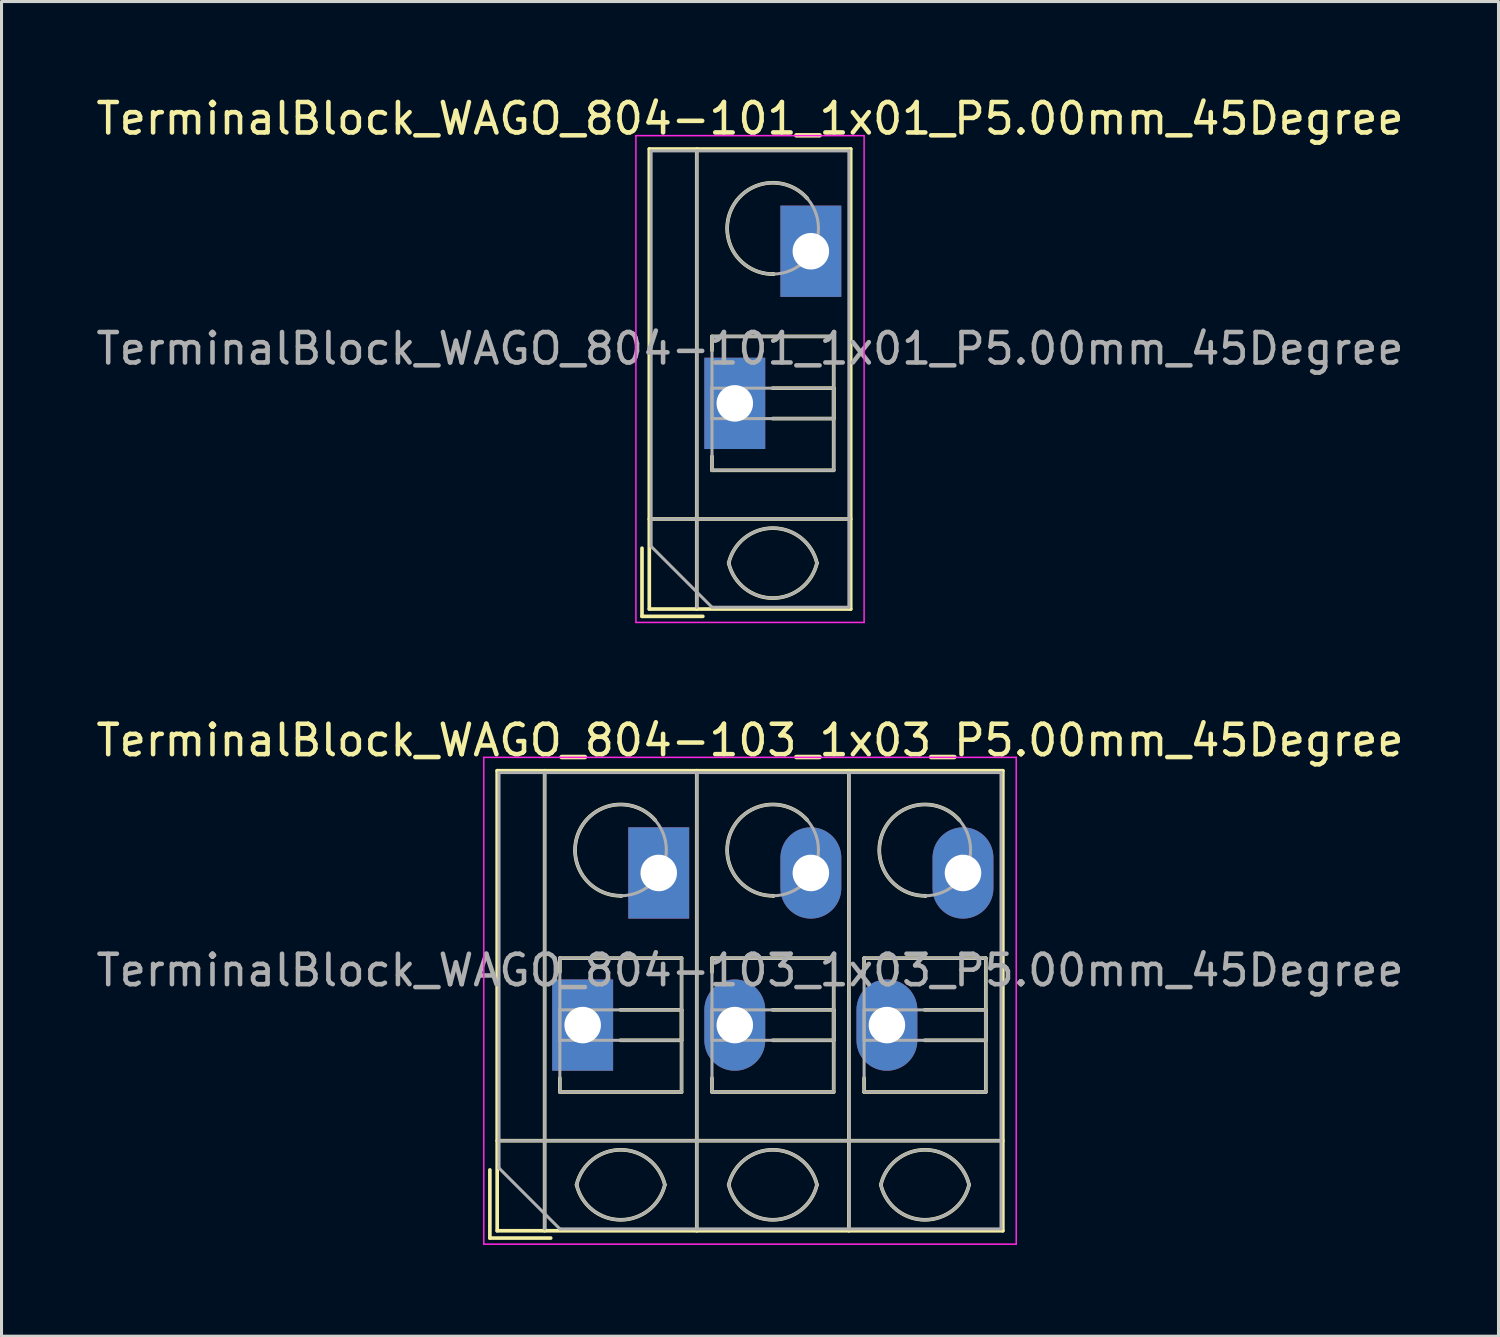
<source format=kicad_pcb>
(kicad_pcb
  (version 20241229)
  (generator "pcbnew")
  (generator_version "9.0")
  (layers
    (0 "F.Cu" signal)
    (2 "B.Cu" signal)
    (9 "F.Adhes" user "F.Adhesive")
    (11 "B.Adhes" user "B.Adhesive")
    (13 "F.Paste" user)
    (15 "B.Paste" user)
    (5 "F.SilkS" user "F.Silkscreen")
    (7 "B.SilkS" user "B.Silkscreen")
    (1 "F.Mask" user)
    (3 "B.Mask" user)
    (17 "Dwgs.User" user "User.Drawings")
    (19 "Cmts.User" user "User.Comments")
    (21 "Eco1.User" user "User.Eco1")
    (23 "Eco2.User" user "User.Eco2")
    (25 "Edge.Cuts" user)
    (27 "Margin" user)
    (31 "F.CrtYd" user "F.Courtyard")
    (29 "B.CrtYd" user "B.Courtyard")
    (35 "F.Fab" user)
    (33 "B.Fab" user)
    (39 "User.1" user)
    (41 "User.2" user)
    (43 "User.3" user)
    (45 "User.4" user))
  (footprint "TerminalBlock_WAGO_804-103_1x03_P5.00mm_45Degree"
    (layer "F.Cu")
    (at 16.101 30.642)
    (property "Reference" "TerminalBlock_WAGO_804-103_1x03_P5.00mm_45Degree" (at 5.5 -9.36 0) (layer "F.SilkS") (effects (font (size 1 1) (thickness 0.15))))
    (attr through_hole)
    (fp_line (start -3.05 4.76) (end -3.05 7) (stroke (width 0.12) (type solid)) (layer "F.SilkS"))
    (fp_line (start -3.05 7) (end -1.05 7) (stroke (width 0.12) (type solid)) (layer "F.SilkS"))
    (fp_line (start -2.81 -8.361) (end -2.81 6.76) (stroke (width 0.12) (type solid)) (layer "F.SilkS"))
    (fp_line (start -2.81 -8.361) (end 13.81 -8.361) (stroke (width 0.12) (type solid)) (layer "F.SilkS"))
    (fp_line (start -2.81 3.8) (end 13.81 3.8) (stroke (width 0.12) (type solid)) (layer "F.SilkS"))
    (fp_line (start -2.81 6.76) (end 13.81 6.76) (stroke (width 0.12) (type solid)) (layer "F.SilkS"))
    (fp_line (start -1.25 -8.361) (end -1.25 6.76) (stroke (width 0.12) (type solid)) (layer "F.SilkS"))
    (fp_line (start -0.75 -2.2) (end -0.75 -1.74) (stroke (width 0.12) (type solid)) (layer "F.SilkS"))
    (fp_line (start -0.75 -2.2) (end 3.25 -2.2) (stroke (width 0.12) (type solid)) (layer "F.SilkS"))
    (fp_line (start -0.75 1.74) (end -0.75 2.2) (stroke (width 0.12) (type solid)) (layer "F.SilkS"))
    (fp_line (start -0.75 2.2) (end 3.25 2.2) (stroke (width 0.12) (type solid)) (layer "F.SilkS"))
    (fp_line (start 1.24 -0.5) (end 3.25 -0.5) (stroke (width 0.12) (type solid)) (layer "F.SilkS"))
    (fp_line (start 1.24 0.5) (end 3.25 0.5) (stroke (width 0.12) (type solid)) (layer "F.SilkS"))
    (fp_line (start 3.25 -2.2) (end 3.25 2.2) (stroke (width 0.12) (type solid)) (layer "F.SilkS"))
    (fp_line (start 3.25 -0.5) (end 3.25 0.5) (stroke (width 0.12) (type solid)) (layer "F.SilkS"))
    (fp_line (start 3.75 -8.361) (end 3.75 6.76) (stroke (width 0.12) (type solid)) (layer "F.SilkS"))
    (fp_line (start 4.25 -2.2) (end 4.25 -1.74) (stroke (width 0.12) (type solid)) (layer "F.SilkS"))
    (fp_line (start 4.25 -2.2) (end 8.25 -2.2) (stroke (width 0.12) (type solid)) (layer "F.SilkS"))
    (fp_line (start 4.25 1.74) (end 4.25 2.2) (stroke (width 0.12) (type solid)) (layer "F.SilkS"))
    (fp_line (start 4.25 2.2) (end 8.25 2.2) (stroke (width 0.12) (type solid)) (layer "F.SilkS"))
    (fp_line (start 6.24 -0.5) (end 8.25 -0.5) (stroke (width 0.12) (type solid)) (layer "F.SilkS"))
    (fp_line (start 6.24 0.5) (end 8.25 0.5) (stroke (width 0.12) (type solid)) (layer "F.SilkS"))
    (fp_line (start 8.25 -2.2) (end 8.25 2.2) (stroke (width 0.12) (type solid)) (layer "F.SilkS"))
    (fp_line (start 8.25 -0.5) (end 8.25 0.5) (stroke (width 0.12) (type solid)) (layer "F.SilkS"))
    (fp_line (start 8.75 -8.361) (end 8.75 6.76) (stroke (width 0.12) (type solid)) (layer "F.SilkS"))
    (fp_line (start 9.25 -2.2) (end 9.25 -1.74) (stroke (width 0.12) (type solid)) (layer "F.SilkS"))
    (fp_line (start 9.25 -2.2) (end 13.25 -2.2) (stroke (width 0.12) (type solid)) (layer "F.SilkS"))
    (fp_line (start 9.25 1.74) (end 9.25 2.2) (stroke (width 0.12) (type solid)) (layer "F.SilkS"))
    (fp_line (start 9.25 2.2) (end 13.25 2.2) (stroke (width 0.12) (type solid)) (layer "F.SilkS"))
    (fp_line (start 11.24 -0.5) (end 13.25 -0.5) (stroke (width 0.12) (type solid)) (layer "F.SilkS"))
    (fp_line (start 11.24 0.5) (end 13.25 0.5) (stroke (width 0.12) (type solid)) (layer "F.SilkS"))
    (fp_line (start 13.25 -2.2) (end 13.25 2.2) (stroke (width 0.12) (type solid)) (layer "F.SilkS"))
    (fp_line (start 13.25 -0.5) (end 13.25 0.5) (stroke (width 0.12) (type solid)) (layer "F.SilkS"))
    (fp_line (start 13.81 -8.361) (end 13.81 6.76) (stroke (width 0.12) (type solid)) (layer "F.SilkS"))
    (fp_arc (start -0.200865 5.250424) (mid 1.250296 4.099926) (end 2.701 5.251) (stroke (width 0.12) (type solid)) (layer "F.SilkS"))
    (fp_arc (start 1.276179 -4.250228) (mid 1.26309 -4.250057) (end 1.25 -4.25) (stroke (width 0.12) (type solid)) (layer "F.SilkS"))
    (fp_arc (start 1.276275 -4.248926) (mid -0.121539 -6.360568) (end 2.383 -6.735) (stroke (width 0.12) (type solid)) (layer "F.SilkS"))
    (fp_arc (start 2.7 5.25) (mid 1.250068 6.400101) (end -0.199969 5.250133) (stroke (width 0.12) (type solid)) (layer "F.SilkS"))
    (fp_arc (start 4.799135 5.250424) (mid 6.250296 4.099926) (end 7.701 5.251) (stroke (width 0.12) (type solid)) (layer "F.SilkS"))
    (fp_arc (start 6.276179 -4.250228) (mid 6.26309 -4.250057) (end 6.25 -4.25) (stroke (width 0.12) (type solid)) (layer "F.SilkS"))
    (fp_arc (start 6.276275 -4.248926) (mid 4.878461 -6.360568) (end 7.383 -6.735) (stroke (width 0.12) (type solid)) (layer "F.SilkS"))
    (fp_arc (start 7.7 5.25) (mid 6.250068 6.400101) (end 4.800031 5.250133) (stroke (width 0.12) (type solid)) (layer "F.SilkS"))
    (fp_arc (start 9.799135 5.250424) (mid 11.250296 4.099926) (end 12.701 5.251) (stroke (width 0.12) (type solid)) (layer "F.SilkS"))
    (fp_arc (start 11.276179 -4.250228) (mid 11.26309 -4.250057) (end 11.25 -4.25) (stroke (width 0.12) (type solid)) (layer "F.SilkS"))
    (fp_arc (start 11.276275 -4.248926) (mid 9.878461 -6.360568) (end 12.383 -6.735) (stroke (width 0.12) (type solid)) (layer "F.SilkS"))
    (fp_arc (start 12.7 5.25) (mid 11.250068 6.400101) (end 9.800031 5.250133) (stroke (width 0.12) (type solid)) (layer "F.SilkS"))
    (fp_line (start -3.25 -8.8) (end -3.25 7.2) (stroke (width 0.05) (type solid)) (layer "F.CrtYd"))
    (fp_line (start -3.25 7.2) (end 14.25 7.2) (stroke (width 0.05) (type solid)) (layer "F.CrtYd"))
    (fp_line (start 14.25 -8.8) (end -3.25 -8.8) (stroke (width 0.05) (type solid)) (layer "F.CrtYd"))
    (fp_line (start 14.25 7.2) (end 14.25 -8.8) (stroke (width 0.05) (type solid)) (layer "F.CrtYd"))
    (fp_line (start -2.75 -8.3) (end 13.75 -8.3) (stroke (width 0.1) (type solid)) (layer "F.Fab"))
    (fp_line (start -2.75 3.8) (end 13.75 3.8) (stroke (width 0.1) (type solid)) (layer "F.Fab"))
    (fp_line (start -2.75 4.7) (end -2.75 -8.3) (stroke (width 0.1) (type solid)) (layer "F.Fab"))
    (fp_line (start -1.25 -8.3) (end -1.25 6.7) (stroke (width 0.1) (type solid)) (layer "F.Fab"))
    (fp_line (start -0.75 -2.2) (end -0.75 2.2) (stroke (width 0.1) (type solid)) (layer "F.Fab"))
    (fp_line (start -0.75 -0.5) (end -0.75 0.5) (stroke (width 0.1) (type solid)) (layer "F.Fab"))
    (fp_line (start -0.75 0.5) (end 3.25 0.5) (stroke (width 0.1) (type solid)) (layer "F.Fab"))
    (fp_line (start -0.75 2.2) (end 3.25 2.2) (stroke (width 0.1) (type solid)) (layer "F.Fab"))
    (fp_line (start -0.75 6.7) (end -2.75 4.7) (stroke (width 0.1) (type solid)) (layer "F.Fab"))
    (fp_line (start 3.25 -2.2) (end -0.75 -2.2) (stroke (width 0.1) (type solid)) (layer "F.Fab"))
    (fp_line (start 3.25 -0.5) (end -0.75 -0.5) (stroke (width 0.1) (type solid)) (layer "F.Fab"))
    (fp_line (start 3.25 0.5) (end 3.25 -0.5) (stroke (width 0.1) (type solid)) (layer "F.Fab"))
    (fp_line (start 3.25 2.2) (end 3.25 -2.2) (stroke (width 0.1) (type solid)) (layer "F.Fab"))
    (fp_line (start 3.75 -8.3) (end 3.75 6.7) (stroke (width 0.1) (type solid)) (layer "F.Fab"))
    (fp_line (start 4.25 -2.2) (end 4.25 2.2) (stroke (width 0.1) (type solid)) (layer "F.Fab"))
    (fp_line (start 4.25 -0.5) (end 4.25 0.5) (stroke (width 0.1) (type solid)) (layer "F.Fab"))
    (fp_line (start 4.25 0.5) (end 8.25 0.5) (stroke (width 0.1) (type solid)) (layer "F.Fab"))
    (fp_line (start 4.25 2.2) (end 8.25 2.2) (stroke (width 0.1) (type solid)) (layer "F.Fab"))
    (fp_line (start 8.25 -2.2) (end 4.25 -2.2) (stroke (width 0.1) (type solid)) (layer "F.Fab"))
    (fp_line (start 8.25 -0.5) (end 4.25 -0.5) (stroke (width 0.1) (type solid)) (layer "F.Fab"))
    (fp_line (start 8.25 0.5) (end 8.25 -0.5) (stroke (width 0.1) (type solid)) (layer "F.Fab"))
    (fp_line (start 8.25 2.2) (end 8.25 -2.2) (stroke (width 0.1) (type solid)) (layer "F.Fab"))
    (fp_line (start 8.75 -8.3) (end 8.75 6.7) (stroke (width 0.1) (type solid)) (layer "F.Fab"))
    (fp_line (start 9.25 -2.2) (end 9.25 2.2) (stroke (width 0.1) (type solid)) (layer "F.Fab"))
    (fp_line (start 9.25 -0.5) (end 9.25 0.5) (stroke (width 0.1) (type solid)) (layer "F.Fab"))
    (fp_line (start 9.25 0.5) (end 13.25 0.5) (stroke (width 0.1) (type solid)) (layer "F.Fab"))
    (fp_line (start 9.25 2.2) (end 13.25 2.2) (stroke (width 0.1) (type solid)) (layer "F.Fab"))
    (fp_line (start 13.25 -2.2) (end 9.25 -2.2) (stroke (width 0.1) (type solid)) (layer "F.Fab"))
    (fp_line (start 13.25 -0.5) (end 9.25 -0.5) (stroke (width 0.1) (type solid)) (layer "F.Fab"))
    (fp_line (start 13.25 0.5) (end 13.25 -0.5) (stroke (width 0.1) (type solid)) (layer "F.Fab"))
    (fp_line (start 13.25 2.2) (end 13.25 -2.2) (stroke (width 0.1) (type solid)) (layer "F.Fab"))
    (fp_line (start 13.75 -8.3) (end 13.75 6.7) (stroke (width 0.1) (type solid)) (layer "F.Fab"))
    (fp_line (start 13.75 6.7) (end -0.75 6.7) (stroke (width 0.1) (type solid)) (layer "F.Fab"))
    (fp_arc (start -0.200865 5.250424) (mid 1.250296 4.099926) (end 2.701 5.251) (stroke (width 0.1) (type solid)) (layer "F.Fab"))
    (fp_arc (start 2.7 5.25) (mid 1.250068 6.400101) (end -0.199969 5.250133) (stroke (width 0.1) (type solid)) (layer "F.Fab"))
    (fp_arc (start 4.799135 5.250424) (mid 6.250296 4.099926) (end 7.701 5.251) (stroke (width 0.1) (type solid)) (layer "F.Fab"))
    (fp_arc (start 7.7 5.25) (mid 6.250068 6.400101) (end 4.800031 5.250133) (stroke (width 0.1) (type solid)) (layer "F.Fab"))
    (fp_arc (start 9.799135 5.250424) (mid 11.250296 4.099926) (end 12.701 5.251) (stroke (width 0.1) (type solid)) (layer "F.Fab"))
    (fp_arc (start 12.7 5.25) (mid 11.250068 6.400101) (end 9.800031 5.250133) (stroke (width 0.1) (type solid)) (layer "F.Fab"))
    (fp_circle (center 1.25 -5.75) (end 2.75 -5.75) (stroke (width 0.1) (type solid)) (fill no) (layer "F.Fab"))
    (fp_circle (center 6.25 -5.75) (end 7.75 -5.75) (stroke (width 0.1) (type solid)) (fill no) (layer "F.Fab"))
    (fp_circle (center 11.25 -5.75) (end 12.75 -5.75) (stroke (width 0.1) (type solid)) (fill no) (layer "F.Fab"))
    (fp_text user "${REFERENCE}" (at 5.5 -1.8 0) (layer "F.Fab") (effects (font (size 1 1) (thickness 0.15))))
    (pad "1" thru_hole rect (at 0 0) (size 2 3) (drill 1.2) (layers "*.Cu" "*.Mask"))
    (pad "1" thru_hole rect (at 2.5 -5) (size 2 3) (drill 1.2) (layers "*.Cu" "*.Mask"))
    (pad "2" thru_hole oval (at 5 0) (size 2 3) (drill 1.2) (layers "*.Cu" "*.Mask"))
    (pad "2" thru_hole oval (at 7.5 -5) (size 2 3) (drill 1.2) (layers "*.Cu" "*.Mask"))
    (pad "3" thru_hole oval (at 10 0) (size 2 3) (drill 1.2) (layers "*.Cu" "*.Mask"))
    (pad "3" thru_hole oval (at 12.5 -5) (size 2 3) (drill 1.2) (layers "*.Cu" "*.Mask")))
  (footprint "TerminalBlock_WAGO_804-101_1x01_P5.00mm_45Degree"
    (layer "F.Cu")
    (at 21.101 10.208)
    (property "Reference" "TerminalBlock_WAGO_804-101_1x01_P5.00mm_45Degree" (at 0.5 -9.36 0) (layer "F.SilkS") (effects (font (size 1 1) (thickness 0.15))))
    (attr through_hole)
    (fp_line (start -3.05 4.76) (end -3.05 7) (stroke (width 0.12) (type solid)) (layer "F.SilkS"))
    (fp_line (start -3.05 7) (end -1.05 7) (stroke (width 0.12) (type solid)) (layer "F.SilkS"))
    (fp_line (start -2.81 -8.361) (end -2.81 6.76) (stroke (width 0.12) (type solid)) (layer "F.SilkS"))
    (fp_line (start -2.81 -8.361) (end 3.81 -8.361) (stroke (width 0.12) (type solid)) (layer "F.SilkS"))
    (fp_line (start -2.81 3.8) (end 3.81 3.8) (stroke (width 0.12) (type solid)) (layer "F.SilkS"))
    (fp_line (start -2.81 6.76) (end 3.81 6.76) (stroke (width 0.12) (type solid)) (layer "F.SilkS"))
    (fp_line (start -1.25 -8.361) (end -1.25 6.76) (stroke (width 0.12) (type solid)) (layer "F.SilkS"))
    (fp_line (start -0.75 -2.2) (end -0.75 -1.74) (stroke (width 0.12) (type solid)) (layer "F.SilkS"))
    (fp_line (start -0.75 -2.2) (end 3.25 -2.2) (stroke (width 0.12) (type solid)) (layer "F.SilkS"))
    (fp_line (start -0.75 1.74) (end -0.75 2.2) (stroke (width 0.12) (type solid)) (layer "F.SilkS"))
    (fp_line (start -0.75 2.2) (end 3.25 2.2) (stroke (width 0.12) (type solid)) (layer "F.SilkS"))
    (fp_line (start 1.24 -0.5) (end 3.25 -0.5) (stroke (width 0.12) (type solid)) (layer "F.SilkS"))
    (fp_line (start 1.24 0.5) (end 3.25 0.5) (stroke (width 0.12) (type solid)) (layer "F.SilkS"))
    (fp_line (start 3.25 -2.2) (end 3.25 2.2) (stroke (width 0.12) (type solid)) (layer "F.SilkS"))
    (fp_line (start 3.25 -0.5) (end 3.25 0.5) (stroke (width 0.12) (type solid)) (layer "F.SilkS"))
    (fp_line (start 3.81 -8.361) (end 3.81 6.76) (stroke (width 0.12) (type solid)) (layer "F.SilkS"))
    (fp_arc (start -0.200865 5.250424) (mid 1.250296 4.099926) (end 2.701 5.251) (stroke (width 0.12) (type solid)) (layer "F.SilkS"))
    (fp_arc (start 1.276179 -4.250228) (mid 1.26309 -4.250057) (end 1.25 -4.25) (stroke (width 0.12) (type solid)) (layer "F.SilkS"))
    (fp_arc (start 1.276275 -4.248926) (mid -0.121539 -6.360568) (end 2.383 -6.735) (stroke (width 0.12) (type solid)) (layer "F.SilkS"))
    (fp_arc (start 2.7 5.25) (mid 1.250068 6.400101) (end -0.199969 5.250133) (stroke (width 0.12) (type solid)) (layer "F.SilkS"))
    (fp_line (start -3.25 -8.8) (end -3.25 7.2) (stroke (width 0.05) (type solid)) (layer "F.CrtYd"))
    (fp_line (start -3.25 7.2) (end 4.25 7.2) (stroke (width 0.05) (type solid)) (layer "F.CrtYd"))
    (fp_line (start 4.25 -8.8) (end -3.25 -8.8) (stroke (width 0.05) (type solid)) (layer "F.CrtYd"))
    (fp_line (start 4.25 7.2) (end 4.25 -8.8) (stroke (width 0.05) (type solid)) (layer "F.CrtYd"))
    (fp_line (start -2.75 -8.3) (end 3.75 -8.3) (stroke (width 0.1) (type solid)) (layer "F.Fab"))
    (fp_line (start -2.75 3.8) (end 3.75 3.8) (stroke (width 0.1) (type solid)) (layer "F.Fab"))
    (fp_line (start -2.75 4.7) (end -2.75 -8.3) (stroke (width 0.1) (type solid)) (layer "F.Fab"))
    (fp_line (start -1.25 -8.3) (end -1.25 6.7) (stroke (width 0.1) (type solid)) (layer "F.Fab"))
    (fp_line (start -0.75 -2.2) (end -0.75 2.2) (stroke (width 0.1) (type solid)) (layer "F.Fab"))
    (fp_line (start -0.75 -0.5) (end -0.75 0.5) (stroke (width 0.1) (type solid)) (layer "F.Fab"))
    (fp_line (start -0.75 0.5) (end 3.25 0.5) (stroke (width 0.1) (type solid)) (layer "F.Fab"))
    (fp_line (start -0.75 2.2) (end 3.25 2.2) (stroke (width 0.1) (type solid)) (layer "F.Fab"))
    (fp_line (start -0.75 6.7) (end -2.75 4.7) (stroke (width 0.1) (type solid)) (layer "F.Fab"))
    (fp_line (start 3.25 -2.2) (end -0.75 -2.2) (stroke (width 0.1) (type solid)) (layer "F.Fab"))
    (fp_line (start 3.25 -0.5) (end -0.75 -0.5) (stroke (width 0.1) (type solid)) (layer "F.Fab"))
    (fp_line (start 3.25 0.5) (end 3.25 -0.5) (stroke (width 0.1) (type solid)) (layer "F.Fab"))
    (fp_line (start 3.25 2.2) (end 3.25 -2.2) (stroke (width 0.1) (type solid)) (layer "F.Fab"))
    (fp_line (start 3.75 -8.3) (end 3.75 6.7) (stroke (width 0.1) (type solid)) (layer "F.Fab"))
    (fp_line (start 3.75 6.7) (end -0.75 6.7) (stroke (width 0.1) (type solid)) (layer "F.Fab"))
    (fp_arc (start -0.200865 5.250424) (mid 1.250296 4.099926) (end 2.701 5.251) (stroke (width 0.1) (type solid)) (layer "F.Fab"))
    (fp_arc (start 2.7 5.25) (mid 1.250068 6.400101) (end -0.199969 5.250133) (stroke (width 0.1) (type solid)) (layer "F.Fab"))
    (fp_circle (center 1.25 -5.75) (end 2.75 -5.75) (stroke (width 0.1) (type solid)) (fill no) (layer "F.Fab"))
    (fp_text user "${REFERENCE}" (at 0.5 -1.8 0) (layer "F.Fab") (effects (font (size 1 1) (thickness 0.15))))
    (pad "1" thru_hole rect (at 0 0) (size 2 3) (drill 1.2) (layers "*.Cu" "*.Mask"))
    (pad "1" thru_hole rect (at 2.5 -5) (size 2 3) (drill 1.2) (layers "*.Cu" "*.Mask")))
  (gr_rect
    (start -3 -3)
    (end 46.202 40.867)
    (stroke (width 0.1) (type default))
    (fill no)
    (layer "Edge.Cuts")))
</source>
